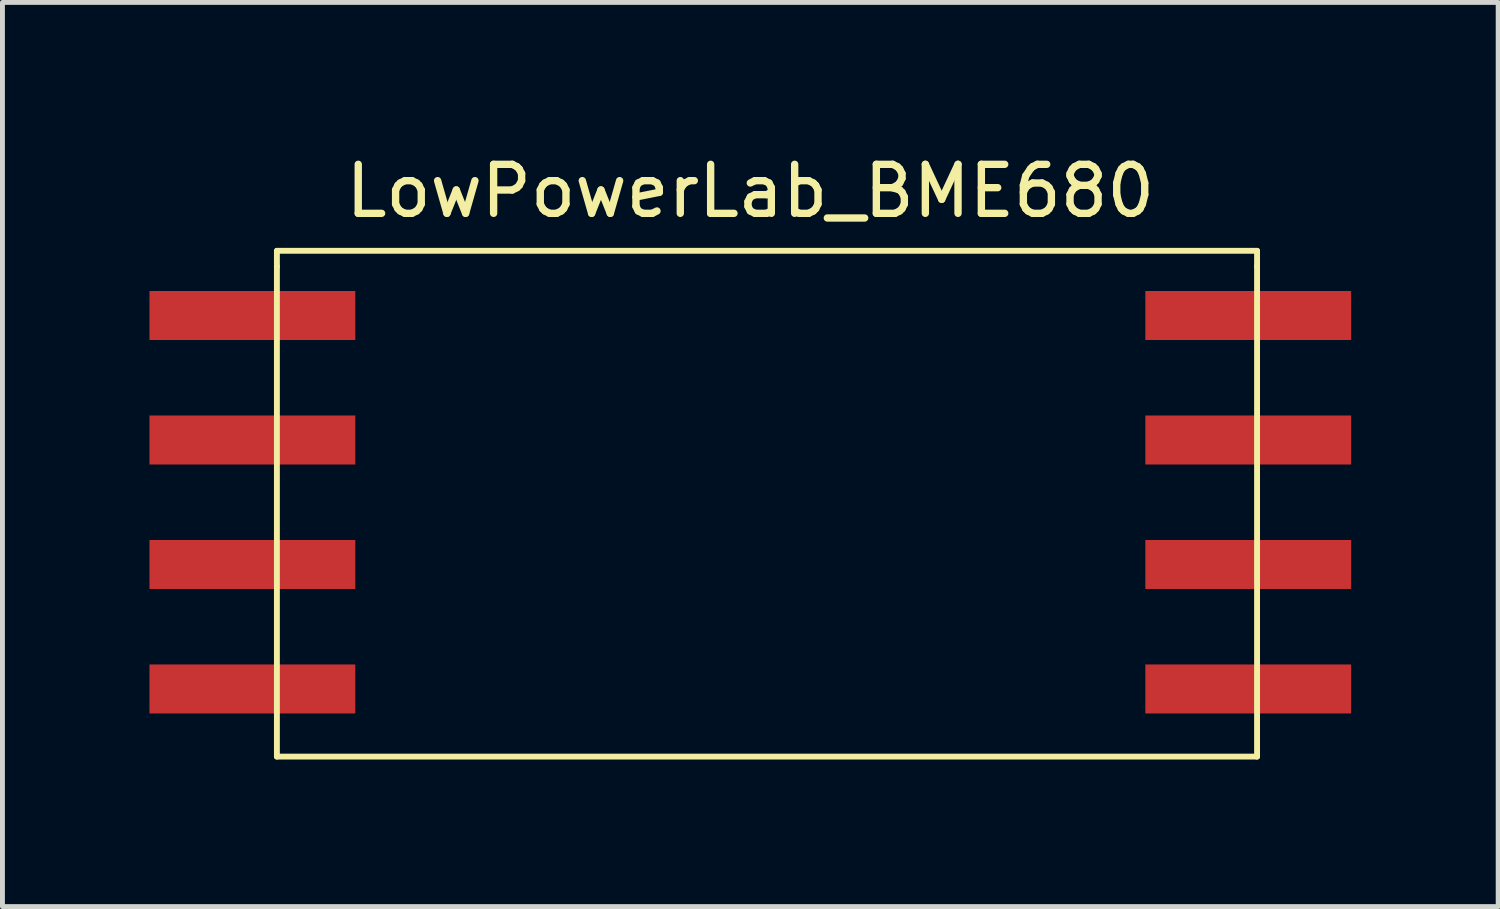
<source format=kicad_pcb>
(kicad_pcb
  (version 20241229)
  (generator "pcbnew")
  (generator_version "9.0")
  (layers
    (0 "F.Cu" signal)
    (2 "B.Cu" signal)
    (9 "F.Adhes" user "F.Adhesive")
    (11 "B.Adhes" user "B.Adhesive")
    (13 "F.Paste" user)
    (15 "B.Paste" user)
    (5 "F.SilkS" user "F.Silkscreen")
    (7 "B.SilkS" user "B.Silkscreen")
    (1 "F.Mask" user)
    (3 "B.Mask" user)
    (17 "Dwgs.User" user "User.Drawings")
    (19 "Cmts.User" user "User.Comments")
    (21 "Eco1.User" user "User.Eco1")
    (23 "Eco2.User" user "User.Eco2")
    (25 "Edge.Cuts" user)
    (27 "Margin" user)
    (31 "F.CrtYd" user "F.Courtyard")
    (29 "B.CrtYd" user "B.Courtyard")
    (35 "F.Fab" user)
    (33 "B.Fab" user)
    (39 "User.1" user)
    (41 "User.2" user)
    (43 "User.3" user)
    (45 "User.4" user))
  (footprint "LowPowerLab_BME680"
    (layer "F.Cu")
    (at 12.06 8.268)
    (property "Reference" "LowPowerLab_BME680" (at 0.2 -7.42 0) (layer "F.SilkS") (effects (font (size 1 1) (thickness 0.15))))
    (attr through_hole)
    (fp_line (start -9.46 -6.2) (end -9.46 -5.88) (stroke (width 0.12) (type solid)) (layer "F.SilkS"))
    (fp_line (start -9.46 -5.88) (end -9.46 4.12) (stroke (width 0.12) (type solid)) (layer "F.SilkS"))
    (fp_line (start -9.46 4.12) (end 10.54 4.12) (stroke (width 0.12) (type solid)) (layer "F.SilkS"))
    (fp_line (start 10.54 -6.2) (end -9.46 -6.2) (stroke (width 0.12) (type solid)) (layer "F.SilkS"))
    (fp_line (start 10.54 -5.88) (end 10.54 -6.2) (stroke (width 0.12) (type solid)) (layer "F.SilkS"))
    (fp_line (start 10.54 4.12) (end 10.54 -5.88) (stroke (width 0.12) (type solid)) (layer "F.SilkS"))
    (pad "1" smd rect (at -9.96 -4.88) (size 4.2 1) (layers "F.Cu" "F.Mask" "F.Paste"))
    (pad "2" smd rect (at -9.96 -2.34) (size 4.2 1) (layers "F.Cu" "F.Mask" "F.Paste"))
    (pad "3" smd rect (at -9.96 0.2) (size 4.2 1) (layers "F.Cu" "F.Mask" "F.Paste"))
    (pad "4" smd rect (at -9.96 2.74) (size 4.2 1) (layers "F.Cu" "F.Mask" "F.Paste"))
    (pad "5" smd rect (at 10.36 2.74) (size 4.2 1) (layers "F.Cu" "F.Mask" "F.Paste"))
    (pad "6" smd rect (at 10.36 0.2) (size 4.2 1) (layers "F.Cu" "F.Mask" "F.Paste"))
    (pad "7" smd rect (at 10.36 -2.34) (size 4.2 1) (layers "F.Cu" "F.Mask" "F.Paste"))
    (pad "8" smd rect (at 10.36 -4.88) (size 4.2 1) (layers "F.Cu" "F.Mask" "F.Paste")))
  (gr_rect
    (start -3 -3)
    (end 27.52 15.448)
    (stroke (width 0.1) (type default))
    (fill no)
    (layer "Edge.Cuts")))
</source>
